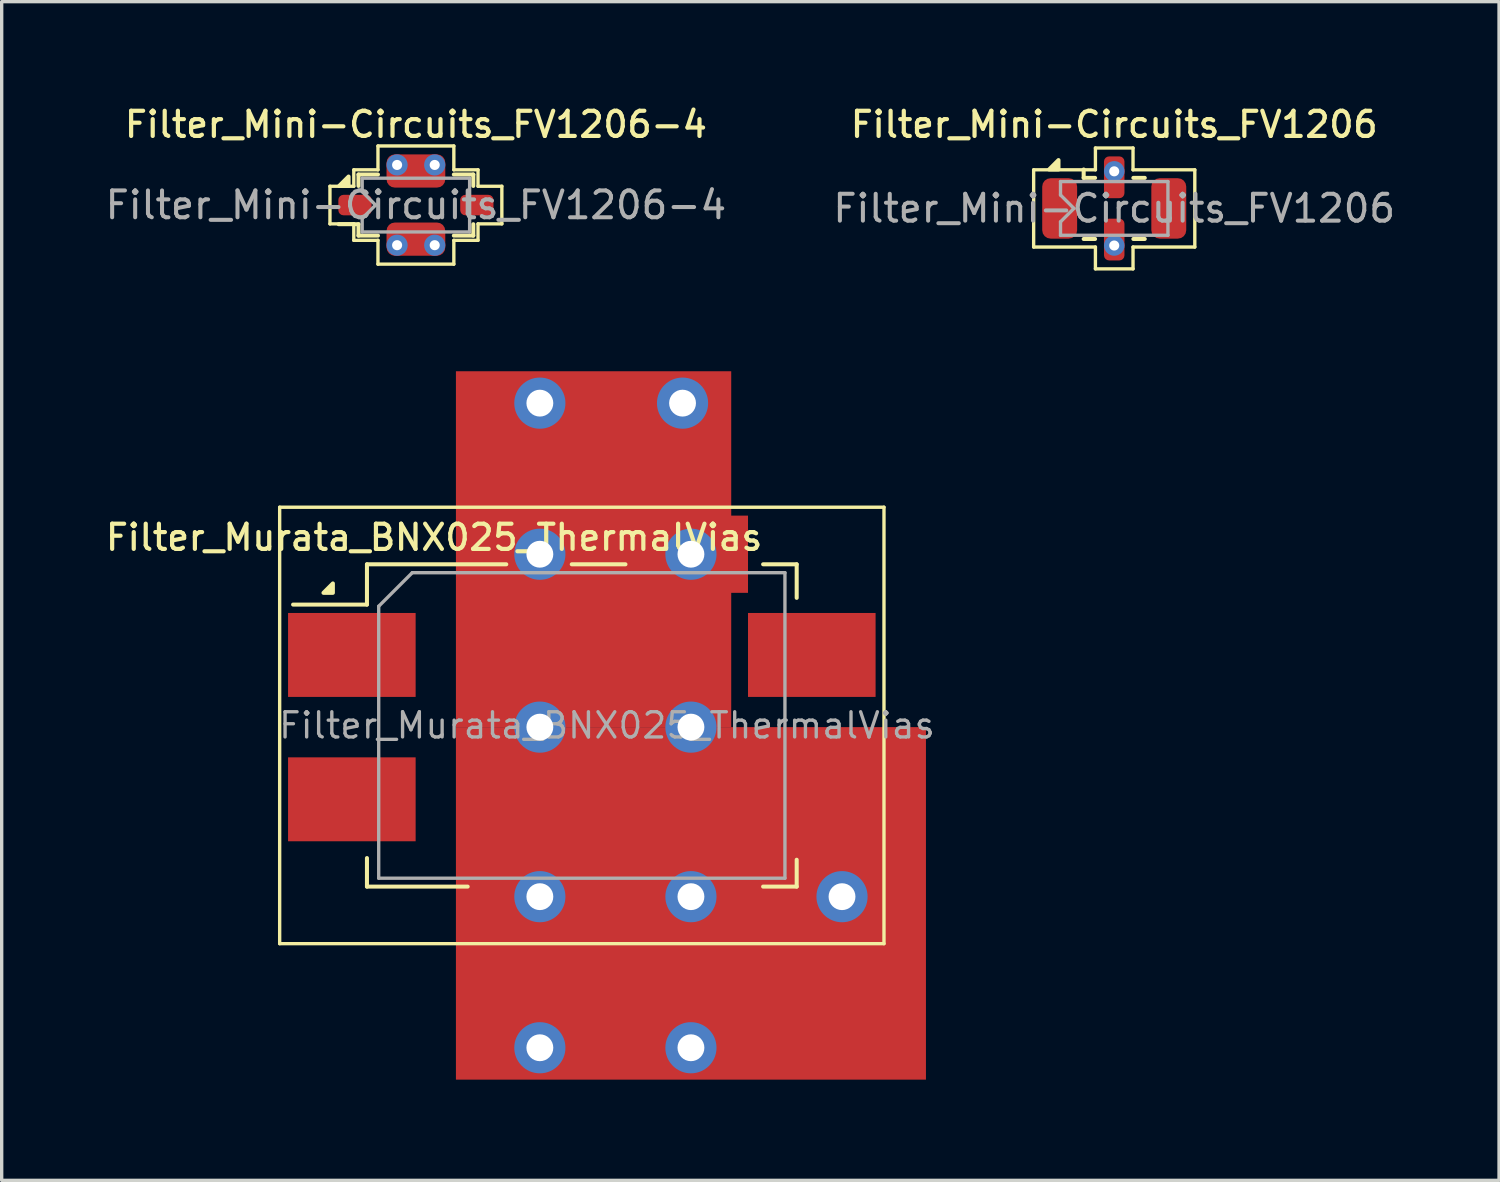
<source format=kicad_pcb>
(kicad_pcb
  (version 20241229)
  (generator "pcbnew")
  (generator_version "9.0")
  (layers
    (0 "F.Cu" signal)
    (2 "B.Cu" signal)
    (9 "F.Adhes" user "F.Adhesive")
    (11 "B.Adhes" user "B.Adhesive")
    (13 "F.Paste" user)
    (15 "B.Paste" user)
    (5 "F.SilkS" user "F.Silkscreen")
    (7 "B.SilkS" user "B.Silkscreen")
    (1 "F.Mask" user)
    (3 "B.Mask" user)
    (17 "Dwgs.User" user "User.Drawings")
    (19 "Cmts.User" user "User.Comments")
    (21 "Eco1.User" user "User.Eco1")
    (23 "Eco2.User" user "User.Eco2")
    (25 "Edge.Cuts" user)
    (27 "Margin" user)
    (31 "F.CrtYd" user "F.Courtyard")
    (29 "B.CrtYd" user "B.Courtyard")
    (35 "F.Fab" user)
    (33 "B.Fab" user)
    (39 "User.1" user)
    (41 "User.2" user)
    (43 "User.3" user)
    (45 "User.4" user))
  (footprint "Filter_Murata_BNX025_ThermalVias"
    (layer "F.Cu")
    (at 14.28 18.608)
    (property "Reference" "Filter_Murata_BNX025_ThermalVias" (at -4.4 -5.65 180) (layer "F.SilkS") (effects (font (size 0.75 0.75) (thickness 0.125))))
    (attr smd)
    (fp_line (start -9 -6.55) (end -9 6.45) (stroke (width 0.1) (type solid)) (layer "F.SilkS"))
    (fp_line (start -9 -6.55) (end 9 -6.55) (stroke (width 0.1) (type solid)) (layer "F.SilkS"))
    (fp_line (start -6.4 -3.65) (end -8.6 -3.65) (stroke (width 0.12) (type solid)) (layer "F.SilkS"))
    (fp_line (start -6.4 -3.65) (end -6.4 -4.85) (stroke (width 0.12) (type solid)) (layer "F.SilkS"))
    (fp_line (start -6.4 4.75) (end -6.4 3.9) (stroke (width 0.12) (type solid)) (layer "F.SilkS"))
    (fp_line (start -3.4 4.75) (end -6.4 4.75) (stroke (width 0.12) (type solid)) (layer "F.SilkS"))
    (fp_line (start -2.25 -4.85) (end -6.4 -4.85) (stroke (width 0.12) (type solid)) (layer "F.SilkS"))
    (fp_line (start 1.3 -4.85) (end -0.3 -4.85) (stroke (width 0.12) (type solid)) (layer "F.SilkS"))
    (fp_line (start 5.4 4.75) (end 6.4 4.75) (stroke (width 0.12) (type solid)) (layer "F.SilkS"))
    (fp_line (start 6.4 -4.85) (end 5.4 -4.85) (stroke (width 0.12) (type solid)) (layer "F.SilkS"))
    (fp_line (start 6.4 -3.85) (end 6.4 -4.85) (stroke (width 0.12) (type solid)) (layer "F.SilkS"))
    (fp_line (start 6.4 4.75) (end 6.4 3.95) (stroke (width 0.12) (type solid)) (layer "F.SilkS"))
    (fp_line (start 9 6.45) (end -9 6.45) (stroke (width 0.1) (type solid)) (layer "F.SilkS"))
    (fp_line (start 9 6.45) (end 9 -6.55) (stroke (width 0.1) (type solid)) (layer "F.SilkS"))
    (fp_poly (pts (xy -7.415 -4) (xy -7.695 -4) (xy -7.415 -4.28) (xy -7.415 -4)) (stroke (width 0.12) (type solid)) (fill yes) (layer "F.SilkS"))
    (fp_line (start -6.05 4.5) (end -6.05 -3.6) (stroke (width 0.1) (type solid)) (layer "F.Fab"))
    (fp_line (start -5.05 -4.6) (end -6.05 -3.6) (stroke (width 0.1) (type solid)) (layer "F.Fab"))
    (fp_line (start -5.05 -4.6) (end 6.05 -4.6) (stroke (width 0.1) (type solid)) (layer "F.Fab"))
    (fp_line (start 6.05 -4.6) (end 6.05 4.5) (stroke (width 0.1) (type solid)) (layer "F.Fab"))
    (fp_line (start 6.05 4.5) (end -6.05 4.5) (stroke (width 0.1) (type solid)) (layer "F.Fab"))
    (fp_text user "${REFERENCE}" (at 0.75 -0.05 0) (layer "F.Fab") (effects (font (size 0.75 0.75) (thickness 0.1))))
    (pad "1" smd rect (at -6.85 -2.15) (size 3.8 2.5) (layers "F.Cu" "F.Mask" "F.Paste"))
    (pad "2" smd rect (at 6.85 -2.15) (size 3.8 2.5) (layers "F.Cu" "F.Mask" "F.Paste"))
    (pad "3" smd rect (at -6.85 2.15) (size 3.8 2.5) (layers "F.Cu" "F.Mask" "F.Paste"))
    (pad "4" thru_hole circle (at -1.25 -9.65) (size 1.524 1.524) (drill 0.8) (layers "*.Cu"))
    (pad "4" thru_hole circle (at -1.25 -5.15) (size 1.524 1.524) (drill 0.8) (layers "*.Cu"))
    (pad "4" thru_hole circle (at -1.25 0) (size 1.524 1.524) (drill 0.8) (layers "*.Cu"))
    (pad "4" thru_hole circle (at -1.25 5.05) (size 1.524 1.524) (drill 0.8) (layers "*.Cu"))
    (pad "4" thru_hole circle (at -1.25 9.55) (size 1.524 1.524) (drill 0.8) (layers "*.Cu"))
    (pad "4" smd rect (at 0.35 -5.3) (size 8.2 10.6) (layers "F.Cu"))
    (pad "4" smd rect (at 1 5.05) (size 7.9 2.3) (layers "F.Cu" "F.Mask" "F.Paste"))
    (pad "4" thru_hole circle (at 3 -9.65) (size 1.524 1.524) (drill 0.8) (layers "*.Cu"))
    (pad "4" thru_hole circle (at 3.25 -5.15) (size 1.524 1.524) (drill 0.8) (layers "*.Cu"))
    (pad "4" smd rect (at 3.25 -5.15) (size 3.4 2.3) (layers "F.Cu" "F.Mask" "F.Paste"))
    (pad "4" thru_hole circle (at 3.25 0) (size 1.524 1.524) (drill 0.8) (layers "*.Cu"))
    (pad "4" thru_hole circle (at 3.25 5.05) (size 1.524 1.524) (drill 0.8) (layers "*.Cu"))
    (pad "4" smd rect (at 3.25 5.25) (size 14 10.5) (layers "F.Cu"))
    (pad "4" thru_hole circle (at 3.25 9.55) (size 1.524 1.524) (drill 0.8) (layers "*.Cu"))
    (pad "4" smd rect (at 6.85 2.15) (size 3.8 2.5) (layers "F.Cu" "F.Mask" "F.Paste"))
    (pad "4" thru_hole circle (at 7.75 5.05) (size 1.524 1.524) (drill 0.8) (layers "*.Cu")))
  (footprint "Filter_Mini-Circuits_FV1206-4"
    (layer "F.Cu")
    (at 9.338 3.058)
    (property "Reference" "Filter_Mini-Circuits_FV1206-4" (at 0 -2.4 0) (layer "F.SilkS") (effects (font (size 0.75 0.75) (thickness 0.125))))
    (attr smd)
    (fp_line (start -2.56 -0.56) (end -2.56 0.56) (stroke (width 0.1) (type solid)) (layer "F.SilkS"))
    (fp_line (start -2.56 -0.56) (end -1.85 -0.56) (stroke (width 0.1) (type solid)) (layer "F.SilkS"))
    (fp_line (start -2.56 0.56) (end -1.85 0.56) (stroke (width 0.1) (type solid)) (layer "F.SilkS"))
    (fp_line (start -1.85 -1.05) (end -1.85 -0.56) (stroke (width 0.1) (type solid)) (layer "F.SilkS"))
    (fp_line (start -1.85 -1.05) (end -1.13 -1.05) (stroke (width 0.1) (type solid)) (layer "F.SilkS"))
    (fp_line (start -1.85 0.56) (end -1.85 1.05) (stroke (width 0.1) (type solid)) (layer "F.SilkS"))
    (fp_line (start -1.85 1.05) (end -1.13 1.05) (stroke (width 0.1) (type solid)) (layer "F.SilkS"))
    (fp_line (start -1.71 -0.91) (end -1.71 -0.57) (stroke (width 0.12) (type solid)) (layer "F.SilkS"))
    (fp_line (start -1.71 -0.91) (end -1.13 -0.91) (stroke (width 0.12) (type solid)) (layer "F.SilkS"))
    (fp_line (start -1.71 0.57) (end -2.3 0.57) (stroke (width 0.12) (type solid)) (layer "F.SilkS"))
    (fp_line (start -1.71 0.57) (end -1.71 0.91) (stroke (width 0.12) (type solid)) (layer "F.SilkS"))
    (fp_line (start -1.71 0.91) (end -1.13 0.91) (stroke (width 0.12) (type solid)) (layer "F.SilkS"))
    (fp_line (start -1.13 -1.76) (end 1.13 -1.76) (stroke (width 0.1) (type solid)) (layer "F.SilkS"))
    (fp_line (start -1.13 -1.05) (end -1.13 -1.76) (stroke (width 0.1) (type solid)) (layer "F.SilkS"))
    (fp_line (start -1.13 1.76) (end -1.13 1.05) (stroke (width 0.1) (type solid)) (layer "F.SilkS"))
    (fp_line (start -1.13 1.76) (end 1.13 1.76) (stroke (width 0.1) (type solid)) (layer "F.SilkS"))
    (fp_line (start 1.13 -1.05) (end 1.13 -1.76) (stroke (width 0.1) (type solid)) (layer "F.SilkS"))
    (fp_line (start 1.13 -1.05) (end 1.85 -1.05) (stroke (width 0.1) (type solid)) (layer "F.SilkS"))
    (fp_line (start 1.13 -0.91) (end 1.71 -0.91) (stroke (width 0.12) (type solid)) (layer "F.SilkS"))
    (fp_line (start 1.13 0.91) (end 1.71 0.91) (stroke (width 0.12) (type solid)) (layer "F.SilkS"))
    (fp_line (start 1.13 1.05) (end 1.85 1.05) (stroke (width 0.1) (type solid)) (layer "F.SilkS"))
    (fp_line (start 1.13 1.76) (end 1.13 1.05) (stroke (width 0.1) (type solid)) (layer "F.SilkS"))
    (fp_line (start 1.71 -0.91) (end 1.71 -0.57) (stroke (width 0.12) (type solid)) (layer "F.SilkS"))
    (fp_line (start 1.71 0.57) (end 1.71 0.91) (stroke (width 0.12) (type solid)) (layer "F.SilkS"))
    (fp_line (start 1.85 -1.05) (end 1.85 -0.56) (stroke (width 0.1) (type solid)) (layer "F.SilkS"))
    (fp_line (start 1.85 -0.56) (end 2.56 -0.56) (stroke (width 0.1) (type solid)) (layer "F.SilkS"))
    (fp_line (start 1.85 0.56) (end 1.85 1.05) (stroke (width 0.1) (type solid)) (layer "F.SilkS"))
    (fp_line (start 1.85 0.56) (end 2.56 0.56) (stroke (width 0.1) (type solid)) (layer "F.SilkS"))
    (fp_line (start 2.56 -0.56) (end 2.56 0.56) (stroke (width 0.1) (type solid)) (layer "F.SilkS"))
    (fp_poly (pts (xy -2.005 -0.57) (xy -2.285 -0.57) (xy -2.005 -0.85) (xy -2.005 -0.57)) (stroke (width 0.12) (type solid)) (fill yes) (layer "F.SilkS"))
    (fp_line (start -1.6 -0.8) (end -1.6 -0.4) (stroke (width 0.1) (type solid)) (layer "F.Fab"))
    (fp_line (start -1.6 -0.8) (end 1.6 -0.8) (stroke (width 0.1) (type solid)) (layer "F.Fab"))
    (fp_line (start -1.6 0.8) (end -1.6 0.4) (stroke (width 0.1) (type solid)) (layer "F.Fab"))
    (fp_line (start -1.2 0) (end -1.6 -0.4) (stroke (width 0.1) (type solid)) (layer "F.Fab"))
    (fp_line (start -1.2 0) (end -1.6 0.4) (stroke (width 0.1) (type solid)) (layer "F.Fab"))
    (fp_line (start 1.6 -0.8) (end 1.6 0.8) (stroke (width 0.1) (type solid)) (layer "F.Fab"))
    (fp_line (start 1.6 0.8) (end -1.6 0.8) (stroke (width 0.1) (type solid)) (layer "F.Fab"))
    (fp_text user "${REFERENCE}" (at 0 0 0) (layer "F.Fab") (effects (font (size 0.8 0.8) (thickness 0.12))))
    (pad "1" smd roundrect (at -1.815 0) (size 0.99 0.61) (layers "F.Cu" "F.Mask" "F.Paste") (roundrect_rratio 0.25))
    (pad "2" thru_hole circle (at -0.56 1.195) (size 0.63 0.63) (drill 0.3) (layers "*.Cu" "*.Mask"))
    (pad "2" smd roundrect (at 0 1.015) (size 1.75 0.99) (layers "F.Cu" "F.Mask" "F.Paste") (roundrect_rratio 0.25))
    (pad "2" thru_hole circle (at 0.56 1.195) (size 0.63 0.63) (drill 0.3) (layers "*.Cu" "*.Mask"))
    (pad "3" smd roundrect (at 1.815 0) (size 0.99 0.61) (layers "F.Cu" "F.Mask" "F.Paste") (roundrect_rratio 0.25))
    (pad "4" thru_hole circle (at -0.56 -1.195) (size 0.63 0.63) (drill 0.3) (layers "*.Cu" "*.Mask"))
    (pad "4" smd roundrect (at 0 -1.015) (size 1.75 0.99) (layers "F.Cu" "F.Mask" "F.Paste") (roundrect_rratio 0.25))
    (pad "4" thru_hole circle (at 0.56 -1.195) (size 0.63 0.63) (drill 0.3) (layers "*.Cu" "*.Mask")))
  (footprint "Filter_Mini-Circuits_FV1206"
    (layer "F.Cu")
    (at 30.138 3.158)
    (property "Reference" "Filter_Mini-Circuits_FV1206" (at 0 -2.5 0) (layer "F.SilkS") (effects (font (size 0.75 0.75) (thickness 0.125))))
    (attr smd)
    (fp_line (start -2.4 -1.15) (end -2.4 1.15) (stroke (width 0.1) (type solid)) (layer "F.SilkS"))
    (fp_line (start -2.4 1.15) (end -0.56 1.15) (stroke (width 0.1) (type solid)) (layer "F.SilkS"))
    (fp_line (start -0.91 -0.91) (end -0.91 -1.16) (stroke (width 0.12) (type solid)) (layer "F.SilkS"))
    (fp_line (start -0.91 -0.91) (end -0.57 -0.91) (stroke (width 0.12) (type solid)) (layer "F.SilkS"))
    (fp_line (start -0.91 0.91) (end -0.57 0.91) (stroke (width 0.12) (type solid)) (layer "F.SilkS"))
    (fp_line (start -0.56 -1.15) (end -2.4 -1.15) (stroke (width 0.1) (type solid)) (layer "F.SilkS"))
    (fp_line (start -0.56 -1.15) (end -0.56 -1.8) (stroke (width 0.1) (type solid)) (layer "F.SilkS"))
    (fp_line (start -0.56 1.8) (end -0.56 1.15) (stroke (width 0.1) (type solid)) (layer "F.SilkS"))
    (fp_line (start 0.56 -1.8) (end -0.56 -1.8) (stroke (width 0.1) (type solid)) (layer "F.SilkS"))
    (fp_line (start 0.56 -1.15) (end 0.56 -1.8) (stroke (width 0.1) (type solid)) (layer "F.SilkS"))
    (fp_line (start 0.56 -1.15) (end 2.4 -1.15) (stroke (width 0.1) (type solid)) (layer "F.SilkS"))
    (fp_line (start 0.56 1.8) (end -0.56 1.8) (stroke (width 0.1) (type solid)) (layer "F.SilkS"))
    (fp_line (start 0.56 1.8) (end 0.56 1.15) (stroke (width 0.1) (type solid)) (layer "F.SilkS"))
    (fp_line (start 0.57 -0.91) (end 0.91 -0.91) (stroke (width 0.12) (type solid)) (layer "F.SilkS"))
    (fp_line (start 0.57 0.91) (end 0.91 0.91) (stroke (width 0.12) (type solid)) (layer "F.SilkS"))
    (fp_line (start 2.4 -1.15) (end 2.4 1.15) (stroke (width 0.1) (type solid)) (layer "F.SilkS"))
    (fp_line (start 2.4 1.15) (end 0.56 1.15) (stroke (width 0.1) (type solid)) (layer "F.SilkS"))
    (fp_poly (pts (xy -1.66 -1.16) (xy -1.94 -1.16) (xy -1.66 -1.44) (xy -1.66 -1.16)) (stroke (width 0.12) (type solid)) (fill yes) (layer "F.SilkS"))
    (fp_line (start -1.6 -0.8) (end -1.6 -0.4) (stroke (width 0.1) (type solid)) (layer "F.Fab"))
    (fp_line (start -1.6 -0.8) (end 1.6 -0.8) (stroke (width 0.1) (type solid)) (layer "F.Fab"))
    (fp_line (start -1.6 0.8) (end -1.6 0.4) (stroke (width 0.1) (type solid)) (layer "F.Fab"))
    (fp_line (start -1.2 0) (end -1.6 -0.4) (stroke (width 0.1) (type solid)) (layer "F.Fab"))
    (fp_line (start -1.2 0) (end -1.6 0.4) (stroke (width 0.1) (type solid)) (layer "F.Fab"))
    (fp_line (start 1.6 -0.8) (end 1.6 0.8) (stroke (width 0.1) (type solid)) (layer "F.Fab"))
    (fp_line (start 1.6 0.8) (end -1.6 0.8) (stroke (width 0.1) (type solid)) (layer "F.Fab"))
    (fp_text user "${REFERENCE}" (at 0 0 0) (layer "F.Fab") (effects (font (size 0.8 0.8) (thickness 0.12))))
    (pad "1" smd roundrect (at -1.625 0) (size 1.04 1.8) (layers "F.Cu" "F.Mask" "F.Paste") (roundrect_rratio 0.24))
    (pad "2" smd roundrect (at 0 0.927) (size 0.61 1.245) (layers "F.Cu" "F.Mask" "F.Paste") (roundrect_rratio 0.25))
    (pad "2" thru_hole circle (at 0 1.105) (size 0.61 0.61) (drill 0.3) (layers "*.Cu" "*.Mask"))
    (pad "3" smd roundrect (at 1.625 0) (size 1.04 1.8) (layers "F.Cu" "F.Mask" "F.Paste") (roundrect_rratio 0.24))
    (pad "4" thru_hole circle (at 0 -1.105) (size 0.61 0.61) (drill 0.3) (layers "*.Cu" "*.Mask"))
    (pad "4" smd roundrect (at 0 -0.927) (size 0.61 1.245) (layers "F.Cu" "F.Mask" "F.Paste") (roundrect_rratio 0.25)))
  (gr_rect
    (start -3 -3)
    (end 41.6 32.108)
    (stroke (width 0.1) (type default))
    (fill no)
    (layer "Edge.Cuts")))
</source>
